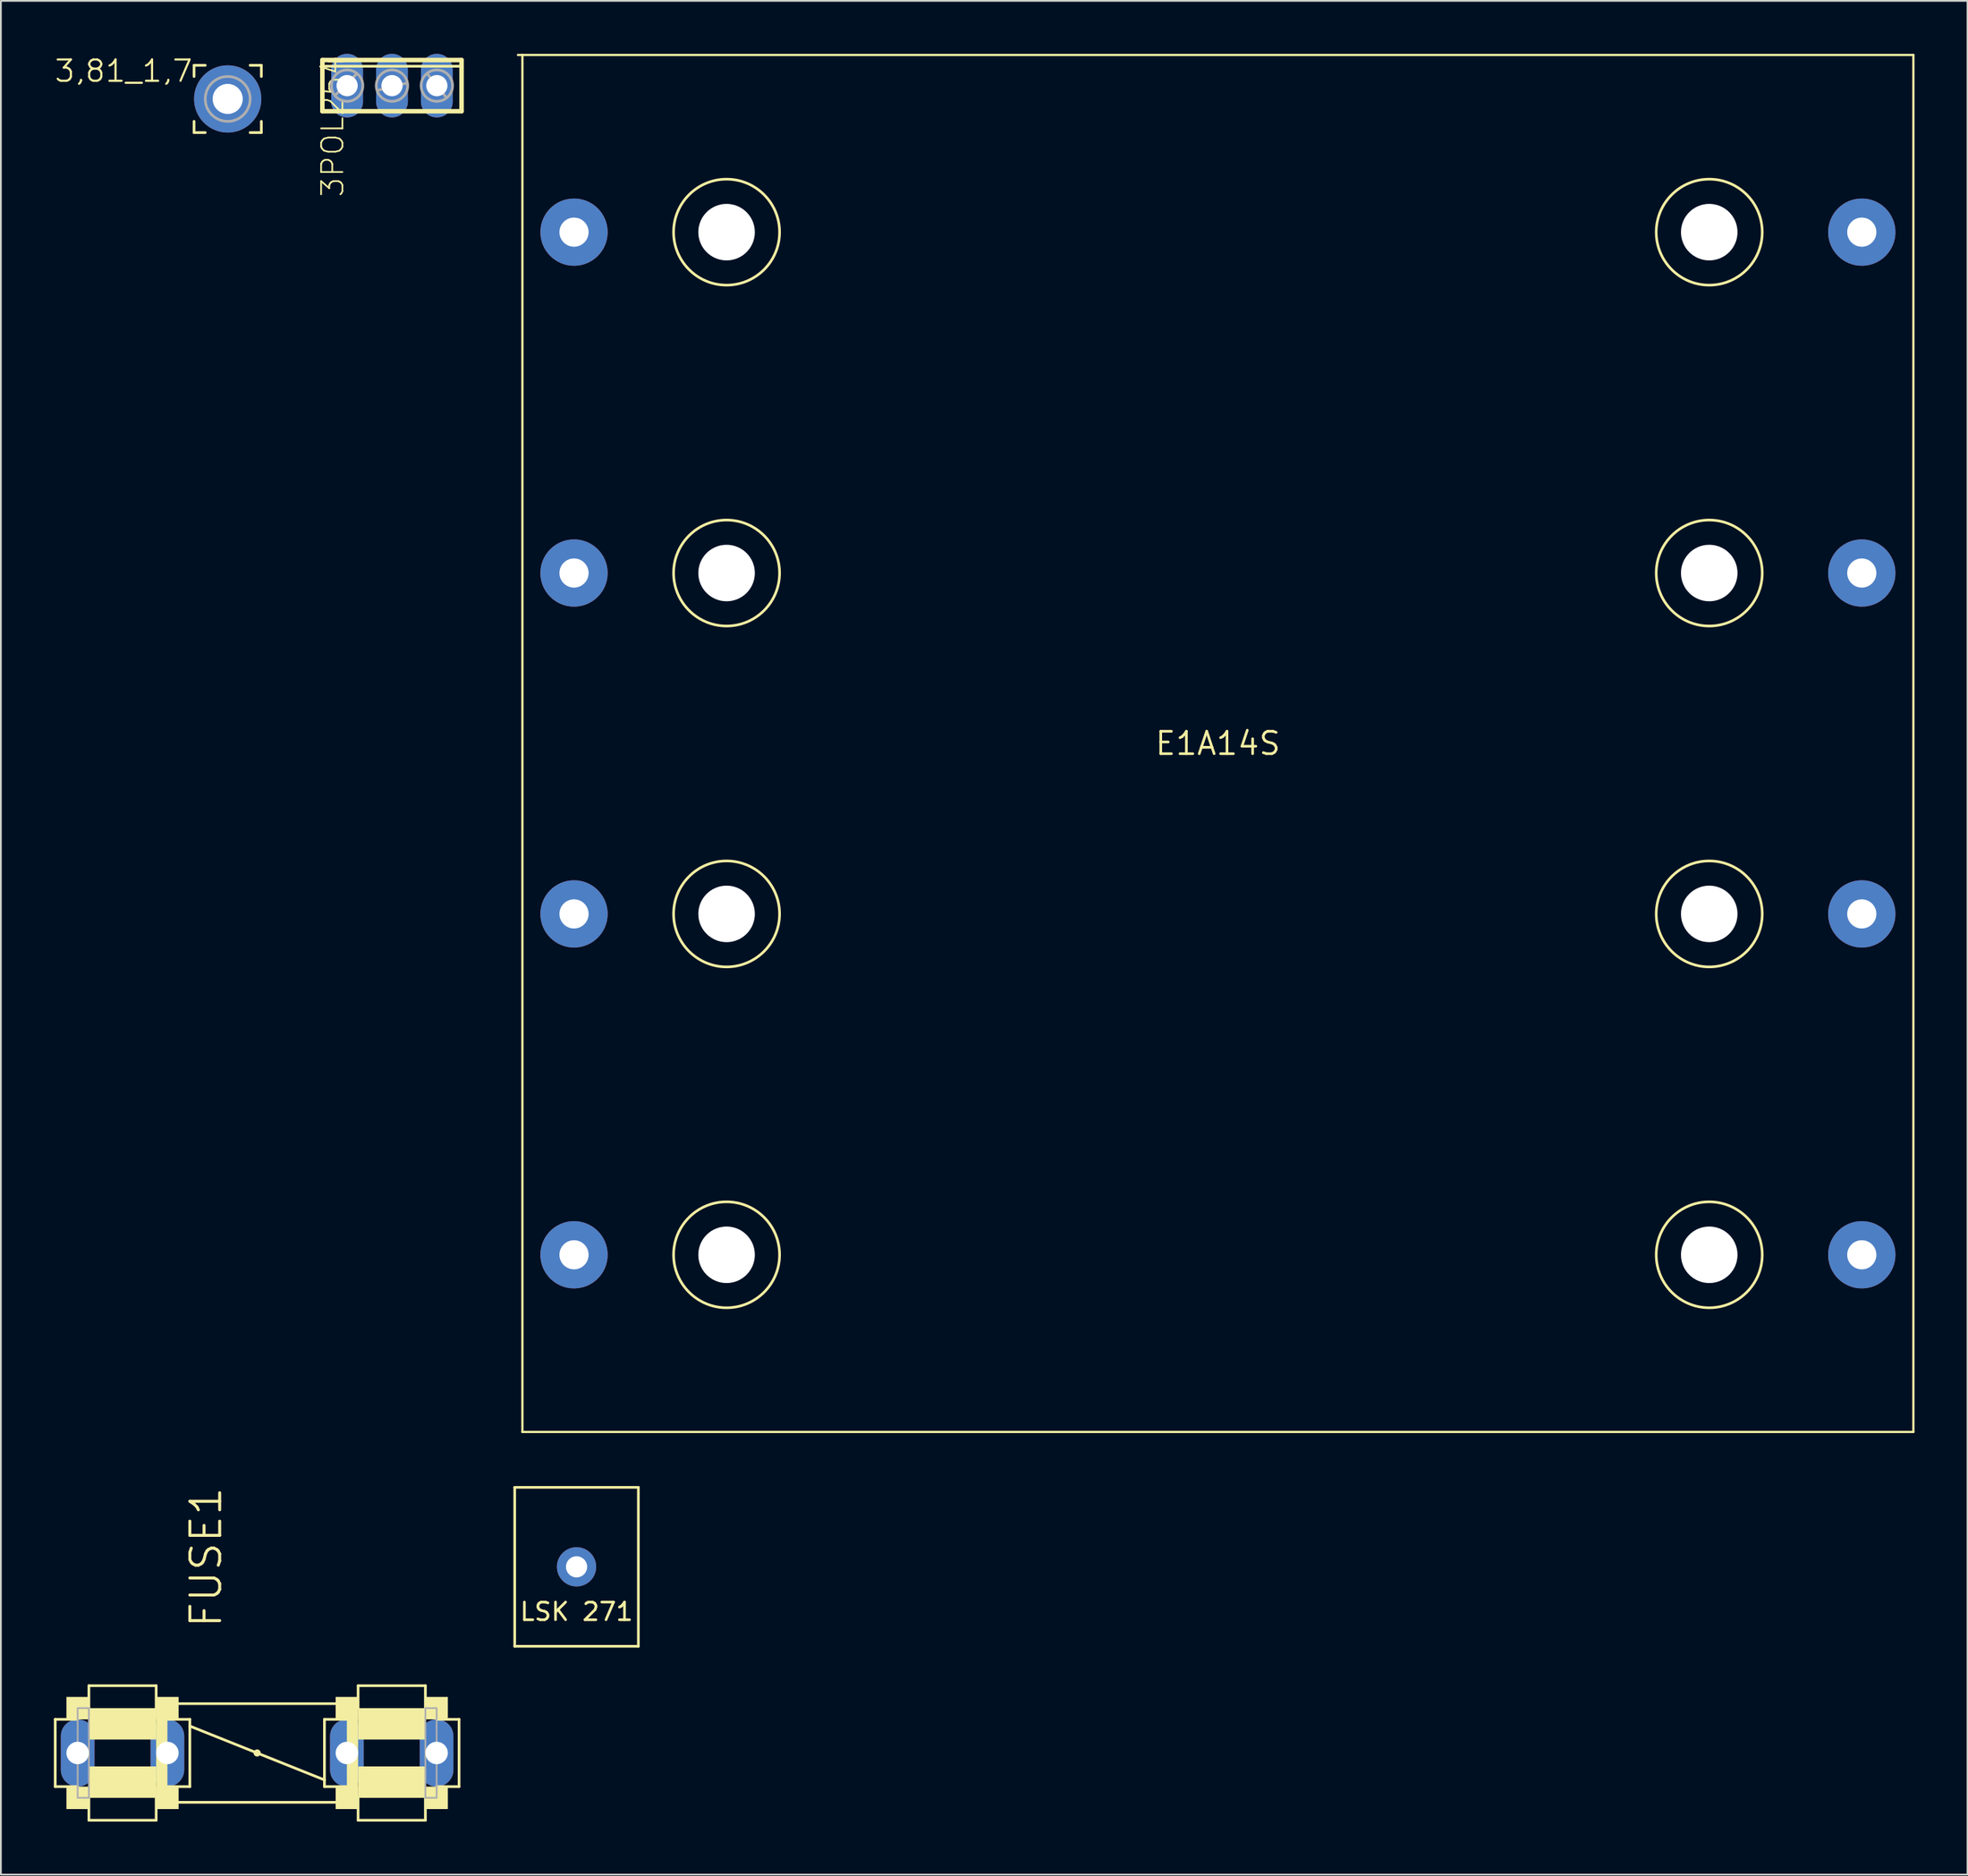
<source format=kicad_pcb>
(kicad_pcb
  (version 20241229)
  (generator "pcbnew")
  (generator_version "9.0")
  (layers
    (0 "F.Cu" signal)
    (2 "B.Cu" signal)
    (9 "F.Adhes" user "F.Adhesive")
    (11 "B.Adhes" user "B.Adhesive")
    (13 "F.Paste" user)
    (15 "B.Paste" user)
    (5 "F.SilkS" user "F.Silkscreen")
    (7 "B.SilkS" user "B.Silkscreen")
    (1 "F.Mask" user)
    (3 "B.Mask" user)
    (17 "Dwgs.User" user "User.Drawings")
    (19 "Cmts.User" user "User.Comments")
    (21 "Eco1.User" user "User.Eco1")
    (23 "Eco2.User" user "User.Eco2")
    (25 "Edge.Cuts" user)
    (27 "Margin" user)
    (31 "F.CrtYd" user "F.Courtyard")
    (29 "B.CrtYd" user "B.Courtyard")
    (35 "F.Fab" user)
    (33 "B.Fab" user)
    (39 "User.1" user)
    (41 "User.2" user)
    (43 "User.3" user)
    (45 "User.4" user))
  (footprint "E1A14S"
    (layer "F.Cu")
    (at 65.893 39.053)
    (property "Reference" "E1A14S" (at 0 0 0) (layer "F.SilkS") (effects (font (size 1.27 1.27) (thickness 0.15))))
    (attr through_hole)
    (fp_line (start -39.624 -38.989) (end -39.37 -38.989) (stroke (width 0.127) (type solid)) (layer "F.SilkS"))
    (fp_line (start -39.37 -38.989) (end -39.37 38.989) (stroke (width 0.127) (type solid)) (layer "F.SilkS"))
    (fp_line (start -39.37 -38.989) (end 39.37 -38.989) (stroke (width 0.127) (type solid)) (layer "F.SilkS"))
    (fp_line (start -39.37 38.989) (end 39.37 38.989) (stroke (width 0.127) (type solid)) (layer "F.SilkS"))
    (fp_line (start 39.37 -38.989) (end 39.37 38.989) (stroke (width 0.127) (type solid)) (layer "F.SilkS"))
    (fp_circle (center -27.813 -28.956) (end -24.813 -28.956) (stroke (width 0.15) (type solid)) (fill no) (layer "F.SilkS"))
    (fp_circle (center -27.813 -9.652) (end -24.813 -9.652) (stroke (width 0.15) (type solid)) (fill no) (layer "F.SilkS"))
    (fp_circle (center -27.813 9.652) (end -24.813 9.652) (stroke (width 0.15) (type solid)) (fill no) (layer "F.SilkS"))
    (fp_circle (center -27.813 28.956) (end -24.813 28.956) (stroke (width 0.15) (type solid)) (fill no) (layer "F.SilkS"))
    (fp_circle (center 27.813 -28.956) (end 30.813 -28.956) (stroke (width 0.15) (type solid)) (fill no) (layer "F.SilkS"))
    (fp_circle (center 27.813 -9.652) (end 30.813 -9.652) (stroke (width 0.15) (type solid)) (fill no) (layer "F.SilkS"))
    (fp_circle (center 27.813 9.652) (end 30.813 9.652) (stroke (width 0.15) (type solid)) (fill no) (layer "F.SilkS"))
    (fp_circle (center 27.813 28.956) (end 30.813 28.956) (stroke (width 0.15) (type solid)) (fill no) (layer "F.SilkS"))
    (pad "" np_thru_hole circle (at -27.813 -28.956) (size 3.2 3.2) (drill 3.2) (layers "*.Cu"))
    (pad "" np_thru_hole circle (at -27.813 -9.652) (size 3.2 3.2) (drill 3.2) (layers "*.Cu"))
    (pad "" np_thru_hole circle (at -27.813 9.652) (size 3.2 3.2) (drill 3.2) (layers "*.Cu"))
    (pad "" np_thru_hole circle (at -27.813 28.956) (size 3.2 3.2) (drill 3.2) (layers "*.Cu"))
    (pad "" np_thru_hole circle (at 27.813 -28.956) (size 3.2 3.2) (drill 3.2) (layers "*.Cu"))
    (pad "" np_thru_hole circle (at 27.813 -9.652) (size 3.2 3.2) (drill 3.2) (layers "*.Cu"))
    (pad "" np_thru_hole circle (at 27.813 9.652) (size 3.2 3.2) (drill 3.2) (layers "*.Cu"))
    (pad "" np_thru_hole circle (at 27.813 28.956) (size 3.2 3.2) (drill 3.2) (layers "*.Cu"))
    (pad "P$1" thru_hole circle (at -36.449 -28.956 90) (size 3.81 3.81) (drill 1.651) (layers "*.Cu" "*.Mask"))
    (pad "P$2" thru_hole circle (at -36.449 -9.652 90) (size 3.81 3.81) (drill 1.651) (layers "*.Cu" "*.Mask"))
    (pad "P$3" thru_hole circle (at -36.449 9.652) (size 3.81 3.81) (drill 1.651) (layers "*.Cu" "*.Mask"))
    (pad "P$4" thru_hole circle (at -36.449 28.956) (size 3.81 3.81) (drill 1.651) (layers "*.Cu" "*.Mask"))
    (pad "P$5" thru_hole circle (at 36.449 9.652) (size 3.81 3.81) (drill 1.651) (layers "*.Cu" "*.Mask"))
    (pad "P$6" thru_hole circle (at 36.449 -9.652) (size 3.81 3.81) (drill 1.651) (layers "*.Cu" "*.Mask"))
    (pad "P$7" thru_hole circle (at 36.449 -28.956 90) (size 3.81 3.81) (drill 1.651) (layers "*.Cu" "*.Mask"))
    (pad "P$8" thru_hole circle (at 36.449 28.956) (size 3.81 3.81) (drill 1.651) (layers "*.Cu" "*.Mask")))
  (footprint "LSK 271"
    (layer "F.Cu")
    (at 29.587 85.68)
    (property "Reference" "LSK 271" (at 0 2.54 0) (layer "F.SilkS") (effects (font (size 1 1) (thickness 0.15))))
    (attr through_hole)
    (fp_line (start -3.5 -4.5) (end 3.5 -4.5) (stroke (width 0.15) (type solid)) (layer "F.SilkS"))
    (fp_line (start -3.5 4.5) (end -3.5 -4.5) (stroke (width 0.15) (type solid)) (layer "F.SilkS"))
    (fp_line (start 3.5 -4.5) (end 3.5 4.5) (stroke (width 0.15) (type solid)) (layer "F.SilkS"))
    (fp_line (start 3.5 4.5) (end -3.5 4.5) (stroke (width 0.15) (type solid)) (layer "F.SilkS"))
    (pad "1" thru_hole circle (at 0 0) (size 2.224 2.224) (drill 1.2) (layers "*.Cu" "*.Mask")))
  (footprint "3POL254"
    (layer "F.Cu")
    (at 19.139 1.8)
    (property "Reference" "3POL254" (at -4.064 -1.778 270) (layer "F.SilkS") (effects (font (size 1.206 1.206) (thickness 0.097)) (justify right top)))
    (attr through_hole)
    (fp_line (start -3.94 -1.45) (end -3.94 1.45) (stroke (width 0.254) (type solid)) (layer "F.SilkS"))
    (fp_line (start -3.94 1.45) (end 3.94 1.45) (stroke (width 0.254) (type solid)) (layer "F.SilkS"))
    (fp_line (start -3.83 -1.1) (end 3.83 -1.1) (stroke (width 0.152) (type solid)) (layer "F.SilkS"))
    (fp_line (start 3.94 -1.45) (end -3.94 -1.45) (stroke (width 0.254) (type solid)) (layer "F.SilkS"))
    (fp_line (start 3.94 1.45) (end 3.94 -1.45) (stroke (width 0.254) (type solid)) (layer "F.SilkS"))
    (fp_line (start -3.175 0.508) (end -2.032 -0.635) (stroke (width 0.152) (type solid)) (layer "F.Fab"))
    (fp_line (start -0.762 0.254) (end 0.762 -0.127) (stroke (width 0.152) (type solid)) (layer "F.Fab"))
    (fp_line (start 2.032 -0.635) (end 3.048 0.635) (stroke (width 0.152) (type solid)) (layer "F.Fab"))
    (fp_circle (center -2.54 0) (end -1.651 0) (stroke (width 0.152) (type solid)) (fill no) (layer "F.Fab"))
    (fp_circle (center 0 0) (end 0.889 0) (stroke (width 0.152) (type solid)) (fill no) (layer "F.Fab"))
    (fp_circle (center 2.54 0) (end 3.429 0) (stroke (width 0.152) (type solid)) (fill no) (layer "F.Fab"))
    (pad "1" thru_hole oval (at -2.54 0 90) (size 3.6 1.8) (drill 1.2) (layers "*.Cu" "*.Mask"))
    (pad "2" thru_hole oval (at 0 0 90) (size 3.6 1.8) (drill 1.2) (layers "*.Cu" "*.Mask"))
    (pad "3" thru_hole oval (at 2.54 0 90) (size 3.6 1.8) (drill 1.2) (layers "*.Cu" "*.Mask")))
  (footprint "3,81_1,7"
    (layer "F.Cu")
    (at 9.839 2.553)
    (property "Reference" "3,81_1,7" (at -1.905 -2.286 180) (layer "F.SilkS") (effects (font (size 1.206 1.206) (thickness 0.121)) (justify right top)))
    (attr through_hole)
    (fp_line (start -1.905 -1.905) (end -1.27 -1.905) (stroke (width 0.152) (type solid)) (layer "F.SilkS"))
    (fp_line (start -1.905 -1.27) (end -1.905 -1.905) (stroke (width 0.152) (type solid)) (layer "F.SilkS"))
    (fp_line (start -1.905 1.905) (end -1.905 1.27) (stroke (width 0.152) (type solid)) (layer "F.SilkS"))
    (fp_line (start -1.27 1.905) (end -1.905 1.905) (stroke (width 0.152) (type solid)) (layer "F.SilkS"))
    (fp_line (start 1.27 -1.905) (end 1.905 -1.905) (stroke (width 0.152) (type solid)) (layer "F.SilkS"))
    (fp_line (start 1.905 -1.905) (end 1.905 -1.27) (stroke (width 0.152) (type solid)) (layer "F.SilkS"))
    (fp_line (start 1.905 1.27) (end 1.905 1.905) (stroke (width 0.152) (type solid)) (layer "F.SilkS"))
    (fp_line (start 1.905 1.905) (end 1.27 1.905) (stroke (width 0.152) (type solid)) (layer "F.SilkS"))
    (fp_circle (center 0 0) (end 1.27 0) (stroke (width 0.152) (type solid)) (fill no) (layer "F.Fab"))
    (pad "1" thru_hole circle (at 0 0) (size 3.81 3.81) (drill 1.702) (layers "*.Cu" "*.Mask")))
  (footprint "FUSE1"
    (layer "F.Cu")
    (at 11.506 96.222)
    (property "Reference" "FUSE1" (at -1.905 -6.985 90) (layer "F.SilkS") (effects (font (size 1.689 1.689) (thickness 0.169)) (justify left bottom)))
    (attr through_hole)
    (fp_line (start -11.43 1.905) (end -11.43 -1.905) (stroke (width 0.152) (type solid)) (layer "F.SilkS"))
    (fp_line (start -11.43 1.905) (end -10.16 1.905) (stroke (width 0.152) (type solid)) (layer "F.SilkS"))
    (fp_line (start -10.16 -1.905) (end -11.43 -1.905) (stroke (width 0.152) (type solid)) (layer "F.SilkS"))
    (fp_line (start -9.525 -3.81) (end -5.715 -3.81) (stroke (width 0.152) (type solid)) (layer "F.SilkS"))
    (fp_line (start -9.525 -2.54) (end -9.525 -3.81) (stroke (width 0.152) (type solid)) (layer "F.SilkS"))
    (fp_line (start -9.525 2.54) (end -9.525 3.81) (stroke (width 0.152) (type solid)) (layer "F.SilkS"))
    (fp_line (start -5.715 -2.54) (end -5.715 -3.81) (stroke (width 0.152) (type solid)) (layer "F.SilkS"))
    (fp_line (start -5.715 3.81) (end -9.525 3.81) (stroke (width 0.152) (type solid)) (layer "F.SilkS"))
    (fp_line (start -5.715 3.81) (end -5.715 2.54) (stroke (width 0.152) (type solid)) (layer "F.SilkS"))
    (fp_line (start -5.08 -1.905) (end -3.81 -1.905) (stroke (width 0.152) (type solid)) (layer "F.SilkS"))
    (fp_line (start -4.445 -2.794) (end 4.445 -2.794) (stroke (width 0.152) (type solid)) (layer "F.SilkS"))
    (fp_line (start -4.445 2.794) (end 4.445 2.794) (stroke (width 0.152) (type solid)) (layer "F.SilkS"))
    (fp_line (start -3.81 -1.905) (end -3.81 -1.524) (stroke (width 0.152) (type solid)) (layer "F.SilkS"))
    (fp_line (start -3.81 -1.524) (end -3.81 1.905) (stroke (width 0.152) (type solid)) (layer "F.SilkS"))
    (fp_line (start -3.81 -1.524) (end 3.81 1.524) (stroke (width 0.152) (type solid)) (layer "F.SilkS"))
    (fp_line (start -3.81 1.905) (end -5.08 1.905) (stroke (width 0.152) (type solid)) (layer "F.SilkS"))
    (fp_line (start 3.81 1.524) (end 3.81 -1.905) (stroke (width 0.152) (type solid)) (layer "F.SilkS"))
    (fp_line (start 3.81 1.905) (end 3.81 1.524) (stroke (width 0.152) (type solid)) (layer "F.SilkS"))
    (fp_line (start 3.81 1.905) (end 5.08 1.905) (stroke (width 0.152) (type solid)) (layer "F.SilkS"))
    (fp_line (start 5.08 -1.905) (end 3.81 -1.905) (stroke (width 0.152) (type solid)) (layer "F.SilkS"))
    (fp_line (start 5.715 -3.81) (end 9.525 -3.81) (stroke (width 0.152) (type solid)) (layer "F.SilkS"))
    (fp_line (start 5.715 -2.54) (end 5.715 -3.81) (stroke (width 0.152) (type solid)) (layer "F.SilkS"))
    (fp_line (start 5.715 2.54) (end 5.715 3.81) (stroke (width 0.152) (type solid)) (layer "F.SilkS"))
    (fp_line (start 9.525 -2.54) (end 9.525 -3.81) (stroke (width 0.152) (type solid)) (layer "F.SilkS"))
    (fp_line (start 9.525 3.81) (end 5.715 3.81) (stroke (width 0.152) (type solid)) (layer "F.SilkS"))
    (fp_line (start 9.525 3.81) (end 9.525 2.54) (stroke (width 0.152) (type solid)) (layer "F.SilkS"))
    (fp_line (start 10.16 -1.905) (end 11.43 -1.905) (stroke (width 0.152) (type solid)) (layer "F.SilkS"))
    (fp_line (start 11.43 -1.905) (end 11.43 1.905) (stroke (width 0.152) (type solid)) (layer "F.SilkS"))
    (fp_line (start 11.43 1.905) (end 10.16 1.905) (stroke (width 0.152) (type solid)) (layer "F.SilkS"))
    (fp_circle (center 0 0) (end 0.127 0) (stroke (width 0.152) (type solid)) (fill no) (layer "F.SilkS"))
    (fp_poly (pts (xy -10.795 -1.905) (xy -9.525 -1.905) (xy -9.525 -3.175) (xy -10.795 -3.175)) (stroke (width 0) (type solid)) (fill yes) (layer "F.SilkS"))
    (fp_poly (pts (xy -10.795 3.175) (xy -9.525 3.175) (xy -9.525 1.905) (xy -10.795 1.905)) (stroke (width 0) (type solid)) (fill yes) (layer "F.SilkS"))
    (fp_poly (pts (xy -9.525 -0.762) (xy -5.715 -0.762) (xy -5.715 -2.54) (xy -9.525 -2.54)) (stroke (width 0) (type solid)) (fill yes) (layer "F.SilkS"))
    (fp_poly (pts (xy -9.525 2.54) (xy -5.715 2.54) (xy -5.715 0.762) (xy -9.525 0.762)) (stroke (width 0) (type solid)) (fill yes) (layer "F.SilkS"))
    (fp_poly (pts (xy -5.715 -1.905) (xy -4.445 -1.905) (xy -4.445 -3.175) (xy -5.715 -3.175)) (stroke (width 0) (type solid)) (fill yes) (layer "F.SilkS"))
    (fp_poly (pts (xy -5.715 2.54) (xy -5.08 2.54) (xy -5.08 -2.54) (xy -5.715 -2.54)) (stroke (width 0) (type solid)) (fill yes) (layer "F.SilkS"))
    (fp_poly (pts (xy -5.715 3.175) (xy -4.445 3.175) (xy -4.445 1.905) (xy -5.715 1.905)) (stroke (width 0) (type solid)) (fill yes) (layer "F.SilkS"))
    (fp_poly (pts (xy 4.445 -1.905) (xy 5.715 -1.905) (xy 5.715 -3.175) (xy 4.445 -3.175)) (stroke (width 0) (type solid)) (fill yes) (layer "F.SilkS"))
    (fp_poly (pts (xy 4.445 3.175) (xy 5.715 3.175) (xy 5.715 1.905) (xy 4.445 1.905)) (stroke (width 0) (type solid)) (fill yes) (layer "F.SilkS"))
    (fp_poly (pts (xy 5.08 2.54) (xy 5.715 2.54) (xy 5.715 -2.54) (xy 5.08 -2.54)) (stroke (width 0) (type solid)) (fill yes) (layer "F.SilkS"))
    (fp_poly (pts (xy 5.715 -0.762) (xy 9.525 -0.762) (xy 9.525 -2.54) (xy 5.715 -2.54)) (stroke (width 0) (type solid)) (fill yes) (layer "F.SilkS"))
    (fp_poly (pts (xy 5.715 2.54) (xy 9.525 2.54) (xy 9.525 0.762) (xy 5.715 0.762)) (stroke (width 0) (type solid)) (fill yes) (layer "F.SilkS"))
    (fp_poly (pts (xy 9.525 -1.905) (xy 10.795 -1.905) (xy 10.795 -3.175) (xy 9.525 -3.175)) (stroke (width 0) (type solid)) (fill yes) (layer "F.SilkS"))
    (fp_poly (pts (xy 9.525 3.175) (xy 10.795 3.175) (xy 10.795 1.905) (xy 9.525 1.905)) (stroke (width 0) (type solid)) (fill yes) (layer "F.SilkS"))
    (fp_poly (pts (xy -10.16 2.54) (xy -9.525 2.54) (xy -9.525 -2.54) (xy -10.16 -2.54)) (stroke (width 0.1) (type solid)) (fill no) (layer "F.Fab"))
    (fp_poly (pts (xy 9.525 2.54) (xy 10.16 2.54) (xy 10.16 -2.54) (xy 9.525 -2.54)) (stroke (width 0.1) (type solid)) (fill no) (layer "F.Fab"))
    (pad "1A" thru_hole oval (at -10.16 0 90) (size 3.81 1.905) (drill 1.27) (layers "*.Cu" "*.Mask"))
    (pad "1B" thru_hole oval (at -5.08 0 90) (size 3.81 1.905) (drill 1.27) (layers "*.Cu" "*.Mask"))
    (pad "2A" thru_hole oval (at 10.16 0 90) (size 3.81 1.905) (drill 1.27) (layers "*.Cu" "*.Mask"))
    (pad "2B" thru_hole oval (at 5.08 0 90) (size 3.81 1.905) (drill 1.27) (layers "*.Cu" "*.Mask")))
  (gr_rect
    (start -3 -3)
    (end 108.327 103.108)
    (stroke (width 0.1) (type default))
    (fill no)
    (layer "Edge.Cuts")))
</source>
